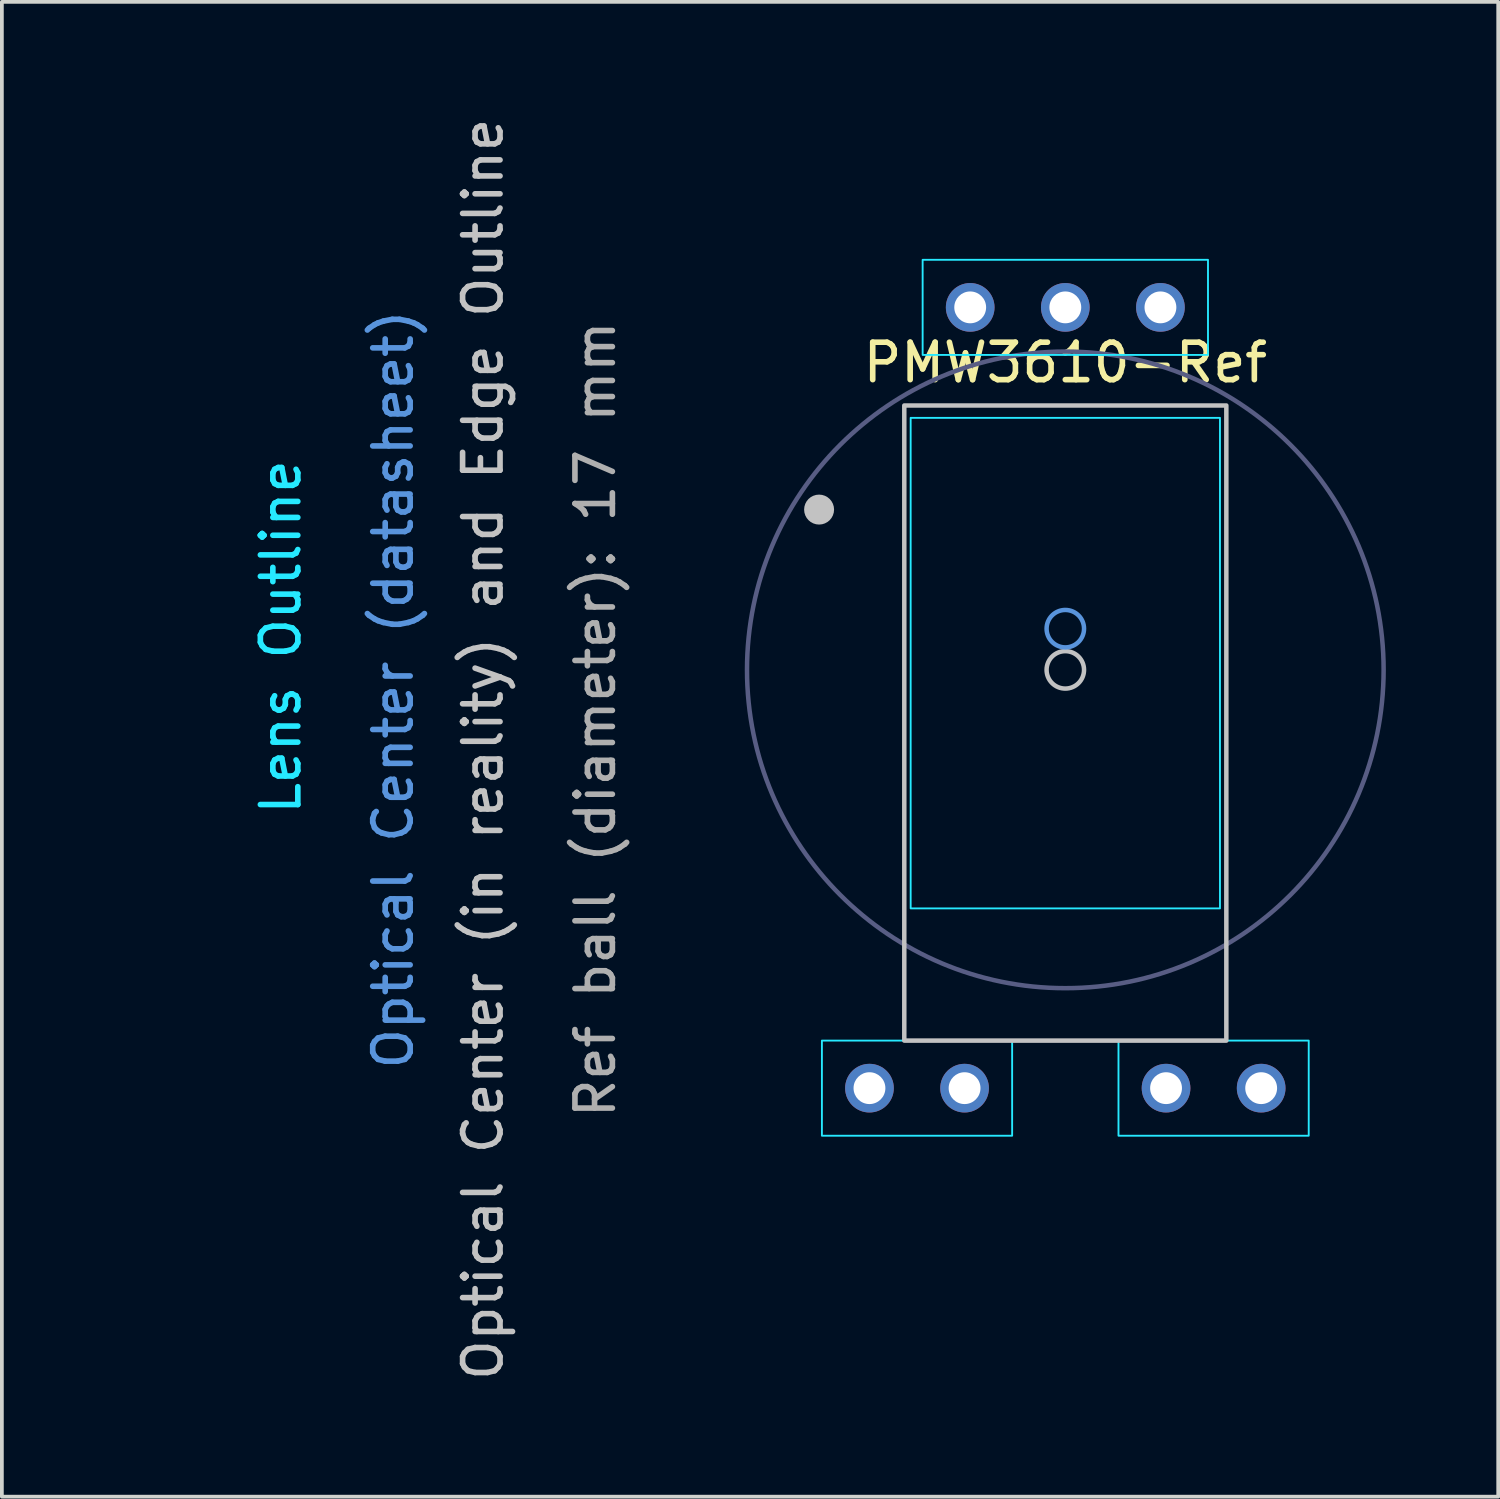
<source format=kicad_pcb>
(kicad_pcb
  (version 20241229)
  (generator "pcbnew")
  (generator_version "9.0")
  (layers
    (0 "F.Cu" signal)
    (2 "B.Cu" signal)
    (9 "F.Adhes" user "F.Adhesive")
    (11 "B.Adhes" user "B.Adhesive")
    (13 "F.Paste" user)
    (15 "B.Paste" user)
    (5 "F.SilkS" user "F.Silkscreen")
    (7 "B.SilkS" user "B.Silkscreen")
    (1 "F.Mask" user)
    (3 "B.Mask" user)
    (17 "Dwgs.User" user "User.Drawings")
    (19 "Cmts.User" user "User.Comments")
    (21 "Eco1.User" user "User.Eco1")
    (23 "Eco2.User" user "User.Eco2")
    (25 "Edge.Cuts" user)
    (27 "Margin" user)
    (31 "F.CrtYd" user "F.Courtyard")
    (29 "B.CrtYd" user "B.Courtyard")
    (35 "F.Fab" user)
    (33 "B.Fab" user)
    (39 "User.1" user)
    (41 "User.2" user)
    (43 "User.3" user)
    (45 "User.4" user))
  (footprint "PMW3610-Ref"
    (layer "F.Cu")
    (at 20.048 10.558)
    (property "Reference" "PMW3610-Ref" (at 5.35 -3.925 0) (layer "F.SilkS") (effects (font (size 1 1) (thickness 0.15))))
    (attr board_only exclude_from_pos_files exclude_from_bom)
    (fp_rect (start 1.05 -2.78) (end 9.65 14.18) (stroke (width 0.12) (type solid)) (fill no) (layer "Dwgs.User"))
    (fp_circle (center -1.225 0) (end -1.025 0) (stroke (width 0.4) (type solid)) (fill no) (layer "Dwgs.User"))
    (fp_circle (center 5.35 4.28) (end 5.85 4.28) (stroke (width 0.12) (type solid)) (fill no) (layer "Dwgs.User"))
    (fp_circle (center 5.35 3.18) (end 5.85 3.18) (stroke (width 0.12) (type solid)) (fill no) (layer "Cmts.User"))
    (fp_rect (start -1.15 14.18) (end 3.93 16.72) (stroke (width 0.05) (type solid)) (fill no) (layer "B.CrtYd"))
    (fp_rect (start 1.22 -2.45) (end 9.48 10.65) (stroke (width 0.05) (type solid)) (fill no) (layer "B.CrtYd"))
    (fp_rect (start 1.54 -6.67) (end 9.16 -4.13) (stroke (width 0.05) (type solid)) (fill no) (layer "B.CrtYd"))
    (fp_rect (start 6.77 14.18) (end 11.85 16.72) (stroke (width 0.05) (type solid)) (fill no) (layer "B.CrtYd"))
    (fp_circle (center 5.35 4.28) (end 13.85 4.28) (stroke (width 0.12) (type solid)) (fill no) (layer "B.Fab"))
    (fp_line (start -3.15 -6.37) (end -2.35 -7.17) (stroke (width 0.12) (type solid)) (layer "User.9"))
    (fp_line (start -3.15 16.72) (end -3.15 -6.37) (stroke (width 0.12) (type solid)) (layer "User.9"))
    (fp_line (start -2.35 -7.17) (end 13.05 -7.17) (stroke (width 0.12) (type solid)) (layer "User.9"))
    (fp_line (start -2.35 17.52) (end -3.15 16.72) (stroke (width 0.12) (type solid)) (layer "User.9"))
    (fp_line (start 13.05 17.52) (end -2.35 17.52) (stroke (width 0.12) (type solid)) (layer "User.9"))
    (fp_line (start 13.85 -6.37) (end 13.05 -7.17) (stroke (width 0.12) (type solid)) (layer "User.9"))
    (fp_line (start 13.85 -6.37) (end 13.85 16.72) (stroke (width 0.12) (type solid)) (layer "User.9"))
    (fp_line (start 13.85 16.72) (end 13.05 17.52) (stroke (width 0.12) (type solid)) (layer "User.9"))
    (fp_text user "Optical Center (in reality) and Edge Outline" (at -10.2 6.4 90) (unlocked yes) (layer "Dwgs.User") (effects (font (size 1 1) (thickness 0.15))))
    (fp_text user "Optical Center (datasheet)" (at -12.6 4.8 90) (unlocked yes) (layer "Cmts.User") (effects (font (size 1 1) (thickness 0.15))))
    (fp_text user "Lens Outline" (at -15.6 3.4 90) (unlocked yes) (layer "B.CrtYd") (effects (font (size 1 1) (thickness 0.15))))
    (fp_text user "Ref ball (diameter): 17 mm" (at -7.2 5.6 90) (unlocked yes) (layer "F.Fab") (effects (font (size 1 1) (thickness 0.15))))
    (fp_text user "Board Outline Ref" (at -19.2 3 90) (unlocked yes) (layer "User.9") (effects (font (size 1 1) (thickness 0.15))))
    (pad "gnd" thru_hole circle (at 5.35 -5.4) (size 1.3 1.3) (drill 0.85) (layers "*.Cu" "*.Mask"))
    (pad "intr" thru_hole circle (at 0.12 15.45) (size 1.3 1.3) (drill 0.85) (layers "*.Cu" "*.Mask"))
    (pad "ncs" thru_hole circle (at 2.81 -5.4) (size 1.3 1.3) (drill 0.85) (layers "*.Cu" "*.Mask"))
    (pad "rst" thru_hole circle (at 7.89 -5.4) (size 1.3 1.3) (drill 0.85) (layers "*.Cu" "*.Mask"))
    (pad "sclk" thru_hole circle (at 2.66 15.45) (size 1.3 1.3) (drill 0.85) (layers "*.Cu" "*.Mask"))
    (pad "sdio" thru_hole circle (at 8.04 15.45) (size 1.3 1.3) (drill 0.85) (layers "*.Cu" "*.Mask"))
    (pad "vcc" thru_hole circle (at 10.58 15.45) (size 1.3 1.3) (drill 0.85) (layers "*.Cu" "*.Mask")))
  (gr_rect
    (start -3 -3)
    (end 36.958 36.917)
    (stroke (width 0.1) (type default))
    (fill no)
    (layer "Edge.Cuts")))
</source>
